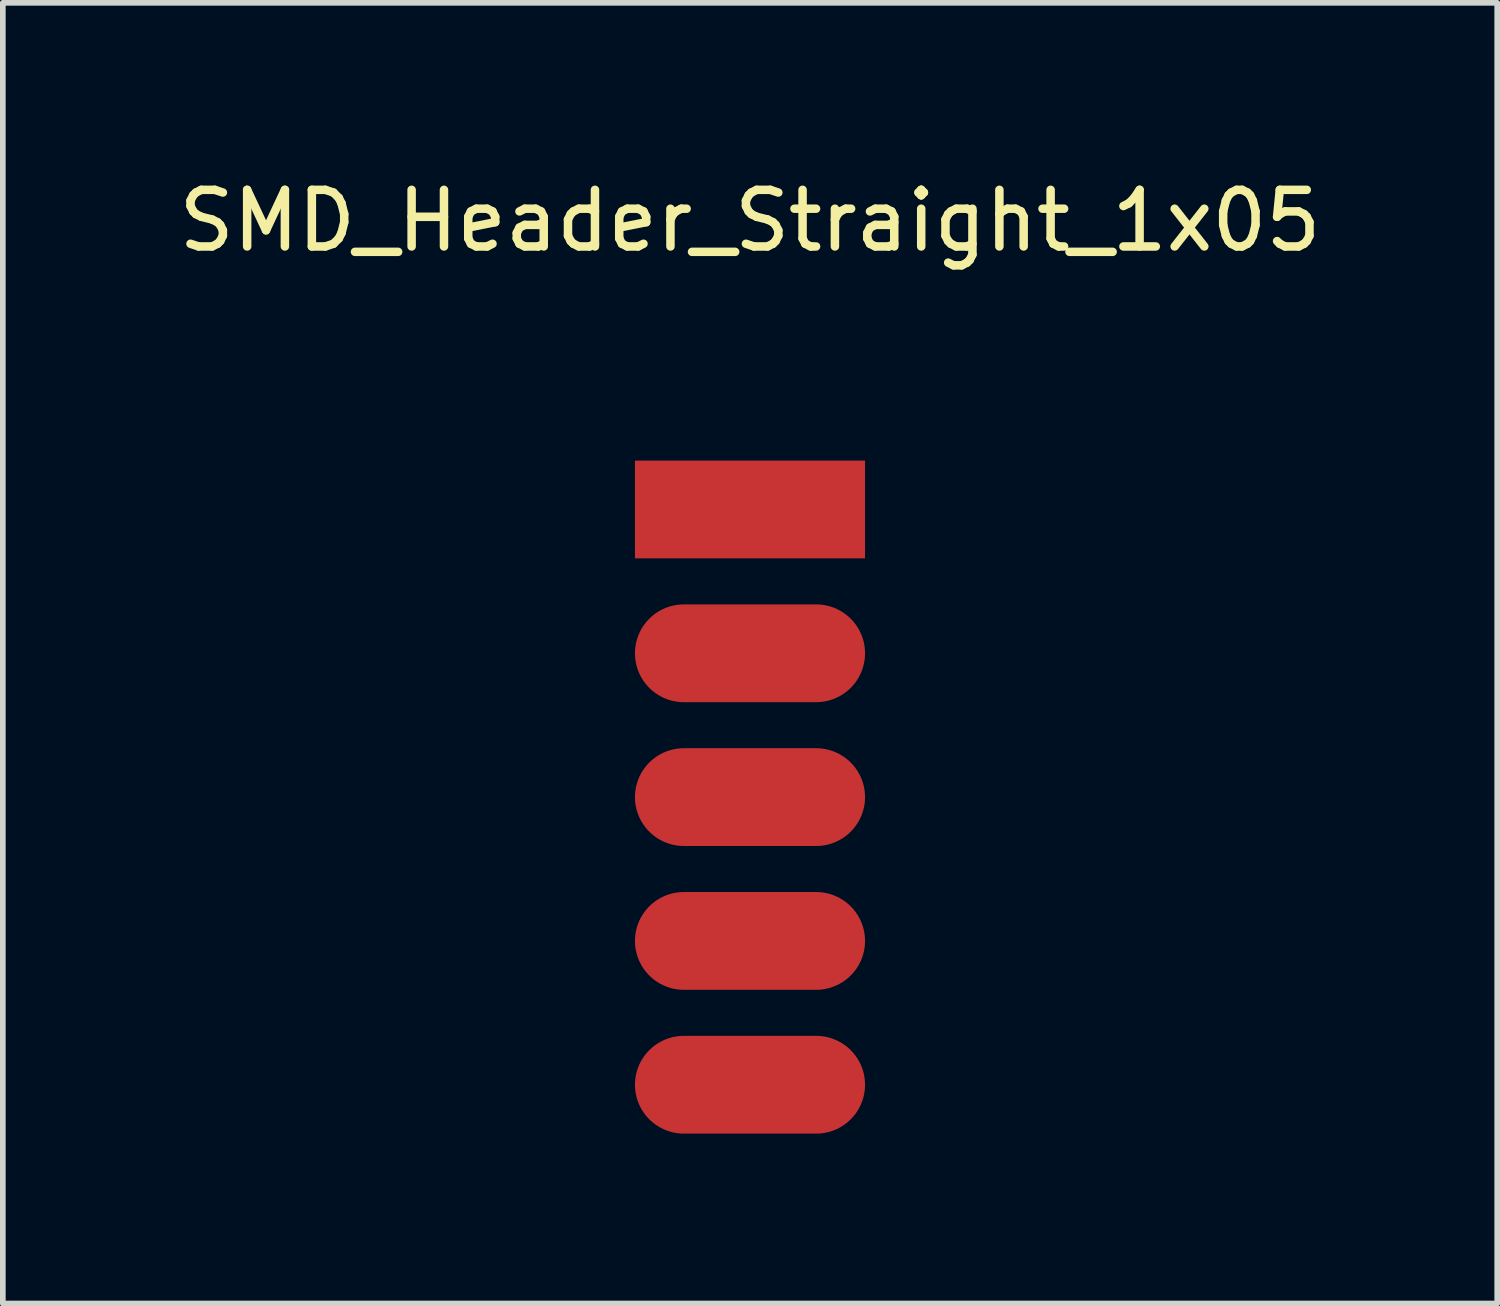
<source format=kicad_pcb>
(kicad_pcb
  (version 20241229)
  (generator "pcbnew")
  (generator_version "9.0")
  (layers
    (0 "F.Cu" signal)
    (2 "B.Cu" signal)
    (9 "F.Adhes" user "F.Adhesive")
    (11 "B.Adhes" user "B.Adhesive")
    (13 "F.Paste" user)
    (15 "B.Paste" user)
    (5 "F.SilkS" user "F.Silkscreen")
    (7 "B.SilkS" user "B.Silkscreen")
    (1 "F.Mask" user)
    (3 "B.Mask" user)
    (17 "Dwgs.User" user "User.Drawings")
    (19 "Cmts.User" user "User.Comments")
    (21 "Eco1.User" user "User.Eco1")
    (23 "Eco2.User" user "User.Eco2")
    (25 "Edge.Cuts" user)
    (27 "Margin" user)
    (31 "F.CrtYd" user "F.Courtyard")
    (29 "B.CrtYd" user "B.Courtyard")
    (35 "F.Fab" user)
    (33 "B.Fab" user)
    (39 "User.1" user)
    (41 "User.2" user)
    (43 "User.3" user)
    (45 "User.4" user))
  (footprint "SMD_Header_Straight_1x05"
    (layer "F.Cu")
    (at 10.196 5.948)
    (property "Reference" "SMD_Header_Straight_1x05" (at 0 -5.1 0) (layer "F.SilkS") (effects (font (size 1 1) (thickness 0.15))))
    (attr through_hole)
    (pad "1" smd rect (at 0 0) (size 4.064 1.727) (layers "F.Cu" "F.Mask" "F.Paste"))
    (pad "2" smd oval (at 0 2.54) (size 4.064 1.727) (layers "F.Cu" "F.Mask" "F.Paste"))
    (pad "3" smd oval (at 0 5.08) (size 4.064 1.727) (layers "F.Cu" "F.Mask" "F.Paste"))
    (pad "4" smd oval (at 0 7.62) (size 4.064 1.727) (layers "F.Cu" "F.Mask" "F.Paste"))
    (pad "5" smd oval (at 0 10.16) (size 4.064 1.727) (layers "F.Cu" "F.Mask" "F.Paste")))
  (gr_rect
    (start -3 -3)
    (end 23.393 19.972)
    (stroke (width 0.1) (type default))
    (fill no)
    (layer "Edge.Cuts")))
</source>
